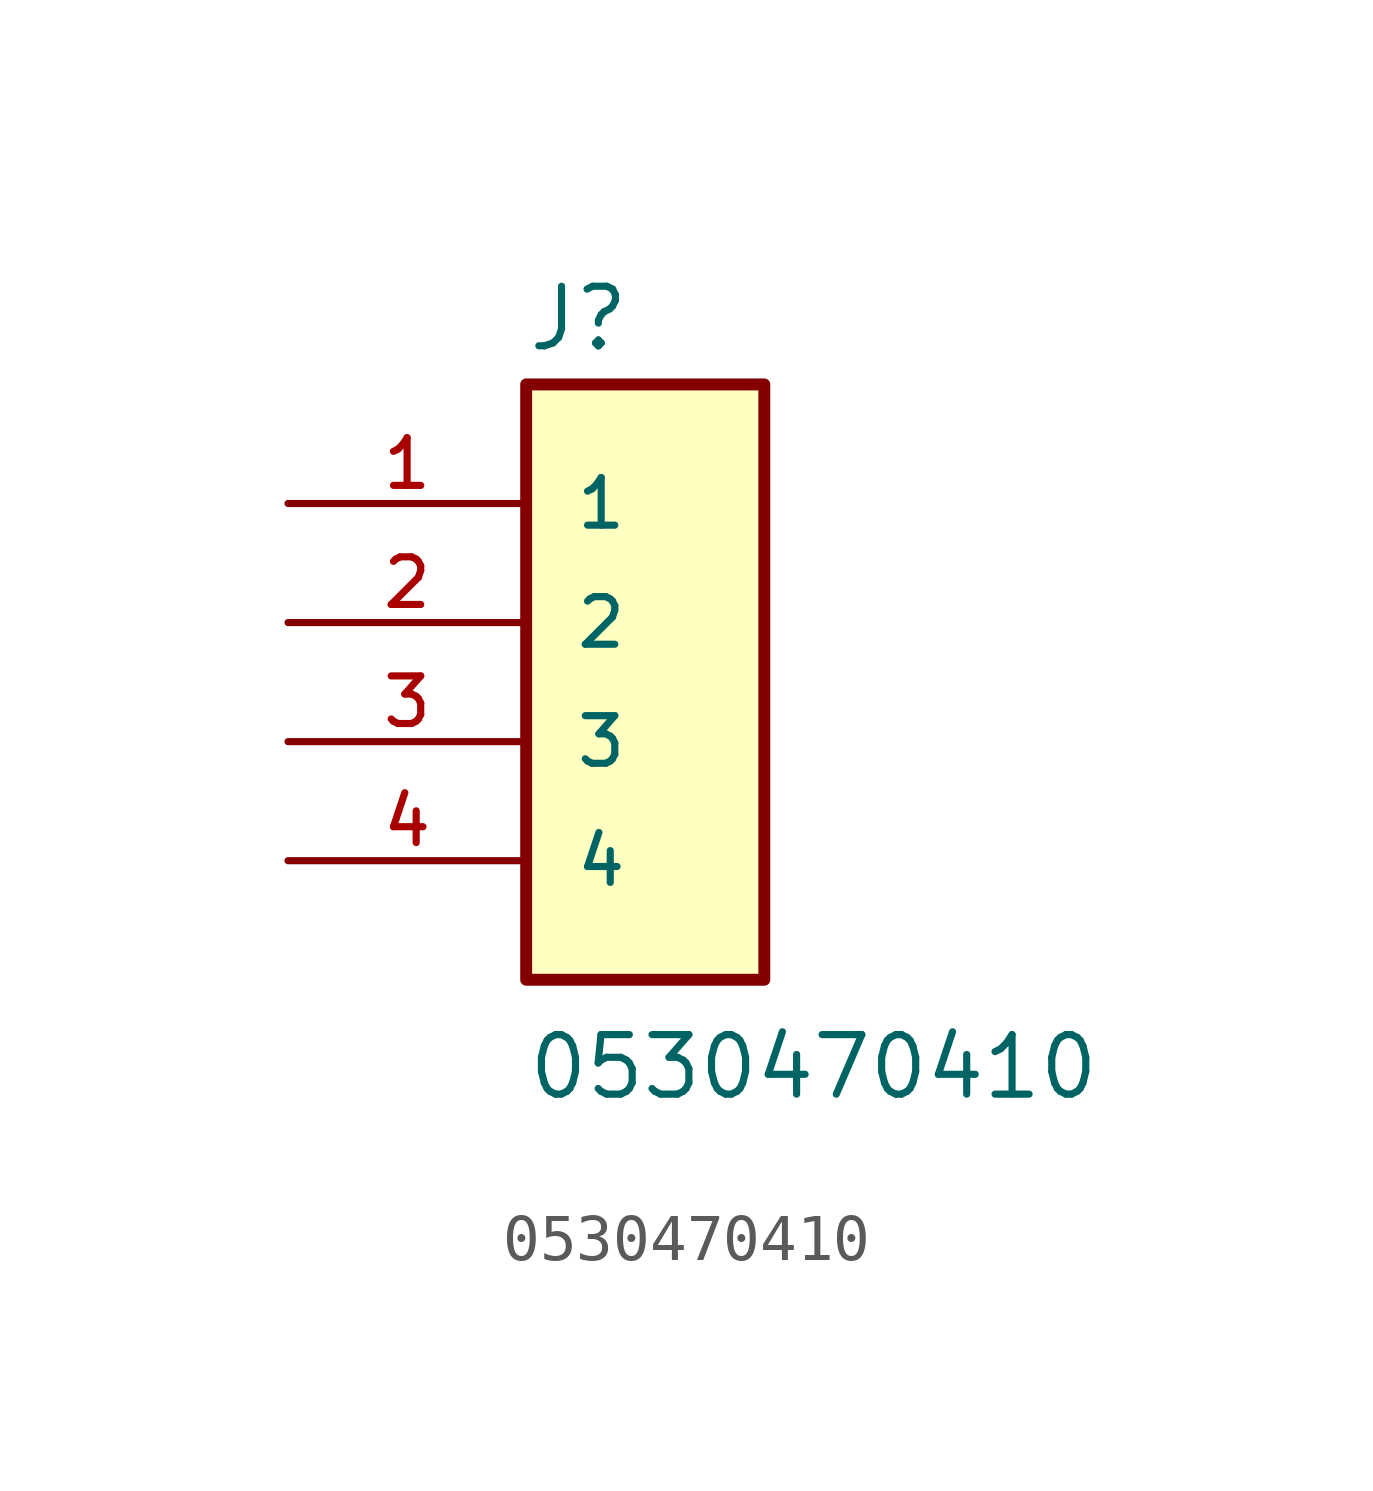
<source format=kicad_sym>
(kicad_symbol_lib
  (version 20211014)
  (generator kicad_symbol_editor)
  (symbol "0530470410"
    (pin_names
      (offset 1.016))
    (property "Reference" "J"
      (at -2.551 5.741 0)
      (effects (font (size 1.27 1.27)) (justify bottom left)))
    (property "Value" "0530470410"
      (at -2.556 -10.223 0)
      (effects (font (size 1.27 1.27)) (justify bottom left)))
    (symbol "0530470410_0_0"
      (rectangle (start -2.54 -7.62) (end 2.54 5.08) (stroke (width 0.254)) (fill (type background)))
      (pin passive line (at -7.62 2.54 0) (length 5.08) (name "1" (effects (font (size 1.016 1.016)))) (number "1" (effects (font (size 1.016 1.016)))))
      (pin passive line (at -7.62 0.0 0) (length 5.08) (name "2" (effects (font (size 1.016 1.016)))) (number "2" (effects (font (size 1.016 1.016)))))
      (pin passive line (at -7.62 -2.54 0) (length 5.08) (name "3" (effects (font (size 1.016 1.016)))) (number "3" (effects (font (size 1.016 1.016)))))
      (pin passive line (at -7.62 -5.08 0) (length 5.08) (name "4" (effects (font (size 1.016 1.016)))) (number "4" (effects (font (size 1.016 1.016))))))))
</source>
